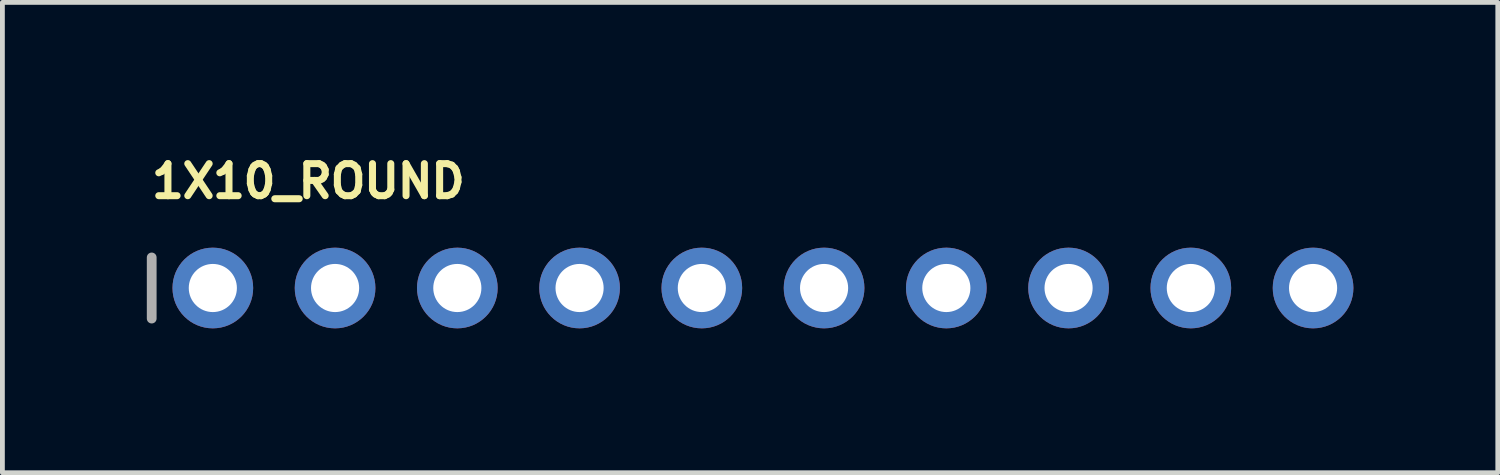
<source format=kicad_pcb>
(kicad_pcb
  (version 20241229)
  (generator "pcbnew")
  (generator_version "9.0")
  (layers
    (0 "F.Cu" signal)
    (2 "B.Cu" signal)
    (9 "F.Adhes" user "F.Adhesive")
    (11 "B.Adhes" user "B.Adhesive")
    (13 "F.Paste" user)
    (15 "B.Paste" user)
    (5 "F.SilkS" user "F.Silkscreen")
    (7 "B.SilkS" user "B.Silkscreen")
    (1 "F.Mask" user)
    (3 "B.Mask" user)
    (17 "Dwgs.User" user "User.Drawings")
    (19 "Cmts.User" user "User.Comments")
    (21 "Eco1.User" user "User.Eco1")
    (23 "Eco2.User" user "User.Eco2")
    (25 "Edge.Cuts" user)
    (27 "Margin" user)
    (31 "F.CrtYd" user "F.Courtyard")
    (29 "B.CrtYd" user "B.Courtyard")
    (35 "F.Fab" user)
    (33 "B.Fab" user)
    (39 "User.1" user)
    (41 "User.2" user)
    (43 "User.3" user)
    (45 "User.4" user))
  (footprint "1X10_ROUND"
    (layer "F.Cu")
    (at 12.802 2.934)
    (property "Reference" "1X10_ROUND" (at -12.776 -1.829 0) (layer "F.SilkS") (effects (font (size 0.666 0.666) (thickness 0.146)) (justify left bottom)))
    (fp_line (start -12.7 -0.635) (end -12.7 0.635) (stroke (width 0.203) (type solid)) (layer "F.Fab"))
    (fp_poly (pts (xy -11.684 0.254) (xy -11.176 0.254) (xy -11.176 -0.254) (xy -11.684 -0.254)) (stroke (width 0.1) (type default)) (fill no) (layer "F.Fab"))
    (fp_poly (pts (xy -9.144 0.254) (xy -8.636 0.254) (xy -8.636 -0.254) (xy -9.144 -0.254)) (stroke (width 0.1) (type default)) (fill no) (layer "F.Fab"))
    (fp_poly (pts (xy -6.604 0.254) (xy -6.096 0.254) (xy -6.096 -0.254) (xy -6.604 -0.254)) (stroke (width 0.1) (type default)) (fill no) (layer "F.Fab"))
    (fp_poly (pts (xy -4.064 0.254) (xy -3.556 0.254) (xy -3.556 -0.254) (xy -4.064 -0.254)) (stroke (width 0.1) (type default)) (fill no) (layer "F.Fab"))
    (fp_poly (pts (xy -1.524 0.254) (xy -1.016 0.254) (xy -1.016 -0.254) (xy -1.524 -0.254)) (stroke (width 0.1) (type default)) (fill no) (layer "F.Fab"))
    (fp_poly (pts (xy 1.016 0.254) (xy 1.524 0.254) (xy 1.524 -0.254) (xy 1.016 -0.254)) (stroke (width 0.1) (type default)) (fill no) (layer "F.Fab"))
    (fp_poly (pts (xy 3.556 0.254) (xy 4.064 0.254) (xy 4.064 -0.254) (xy 3.556 -0.254)) (stroke (width 0.1) (type default)) (fill no) (layer "F.Fab"))
    (fp_poly (pts (xy 6.096 0.254) (xy 6.604 0.254) (xy 6.604 -0.254) (xy 6.096 -0.254)) (stroke (width 0.1) (type default)) (fill no) (layer "F.Fab"))
    (fp_poly (pts (xy 8.636 0.254) (xy 9.144 0.254) (xy 9.144 -0.254) (xy 8.636 -0.254)) (stroke (width 0.1) (type default)) (fill no) (layer "F.Fab"))
    (fp_poly (pts (xy 11.176 0.254) (xy 11.684 0.254) (xy 11.684 -0.254) (xy 11.176 -0.254)) (stroke (width 0.1) (type default)) (fill no) (layer "F.Fab"))
    (pad "1" thru_hole circle (at -11.43 0 90) (size 1.676 1.676) (drill 1) (layers "*.Cu" "*.Mask"))
    (pad "2" thru_hole circle (at -8.89 0 90) (size 1.676 1.676) (drill 1) (layers "*.Cu" "*.Mask"))
    (pad "3" thru_hole circle (at -6.35 0 90) (size 1.676 1.676) (drill 1) (layers "*.Cu" "*.Mask"))
    (pad "4" thru_hole circle (at -3.81 0 90) (size 1.676 1.676) (drill 1) (layers "*.Cu" "*.Mask"))
    (pad "5" thru_hole circle (at -1.27 0 90) (size 1.676 1.676) (drill 1) (layers "*.Cu" "*.Mask"))
    (pad "6" thru_hole circle (at 1.27 0 90) (size 1.676 1.676) (drill 1) (layers "*.Cu" "*.Mask"))
    (pad "7" thru_hole circle (at 3.81 0 90) (size 1.676 1.676) (drill 1) (layers "*.Cu" "*.Mask"))
    (pad "8" thru_hole circle (at 6.35 0 90) (size 1.676 1.676) (drill 1) (layers "*.Cu" "*.Mask"))
    (pad "9" thru_hole circle (at 8.89 0 90) (size 1.676 1.676) (drill 1) (layers "*.Cu" "*.Mask"))
    (pad "10" thru_hole circle (at 11.43 0 90) (size 1.676 1.676) (drill 1) (layers "*.Cu" "*.Mask")))
  (gr_rect
    (start -3 -3)
    (end 28.07 6.772)
    (stroke (width 0.1) (type default))
    (fill no)
    (layer "Edge.Cuts")))
</source>
